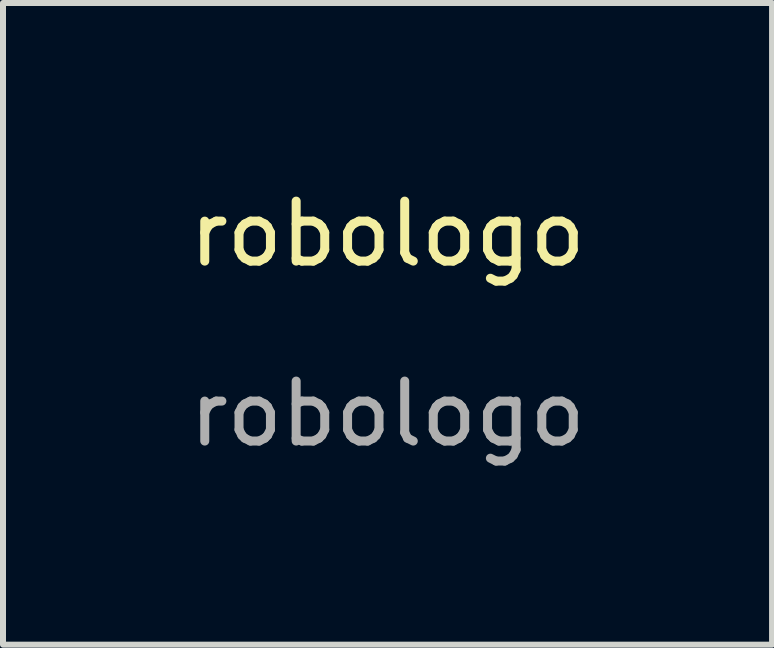
<source format=kicad_pcb>
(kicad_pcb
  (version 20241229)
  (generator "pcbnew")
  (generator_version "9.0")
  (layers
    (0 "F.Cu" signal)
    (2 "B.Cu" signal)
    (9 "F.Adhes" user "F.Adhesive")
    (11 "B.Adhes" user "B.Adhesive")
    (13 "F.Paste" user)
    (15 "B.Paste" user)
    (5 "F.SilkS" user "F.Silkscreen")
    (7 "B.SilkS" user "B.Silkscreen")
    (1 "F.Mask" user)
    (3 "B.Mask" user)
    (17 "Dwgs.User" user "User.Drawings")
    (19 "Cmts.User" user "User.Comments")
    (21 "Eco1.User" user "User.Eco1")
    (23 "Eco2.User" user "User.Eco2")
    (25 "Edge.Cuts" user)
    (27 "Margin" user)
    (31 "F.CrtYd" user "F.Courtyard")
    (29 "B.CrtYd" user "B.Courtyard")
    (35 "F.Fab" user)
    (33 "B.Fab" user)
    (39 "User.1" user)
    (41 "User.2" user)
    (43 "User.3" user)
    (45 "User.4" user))
  (footprint "robologo"
    (layer "F.Cu")
    (at 3.411 1.348)
    (property "Reference" "robologo" (at 0 -0.5 0) (unlocked yes) (layer "F.SilkS") (effects (font (size 1 1) (thickness 0.15))))
    (fp_text user "${REFERENCE}" (at 0 2.5 0) (unlocked yes) (layer "F.Fab") (effects (font (size 1 1) (thickness 0.15)))))
  (gr_rect
    (start -3 -3)
    (end 9.821 7.697)
    (stroke (width 0.1) (type default))
    (fill no)
    (layer "Edge.Cuts")))
</source>
